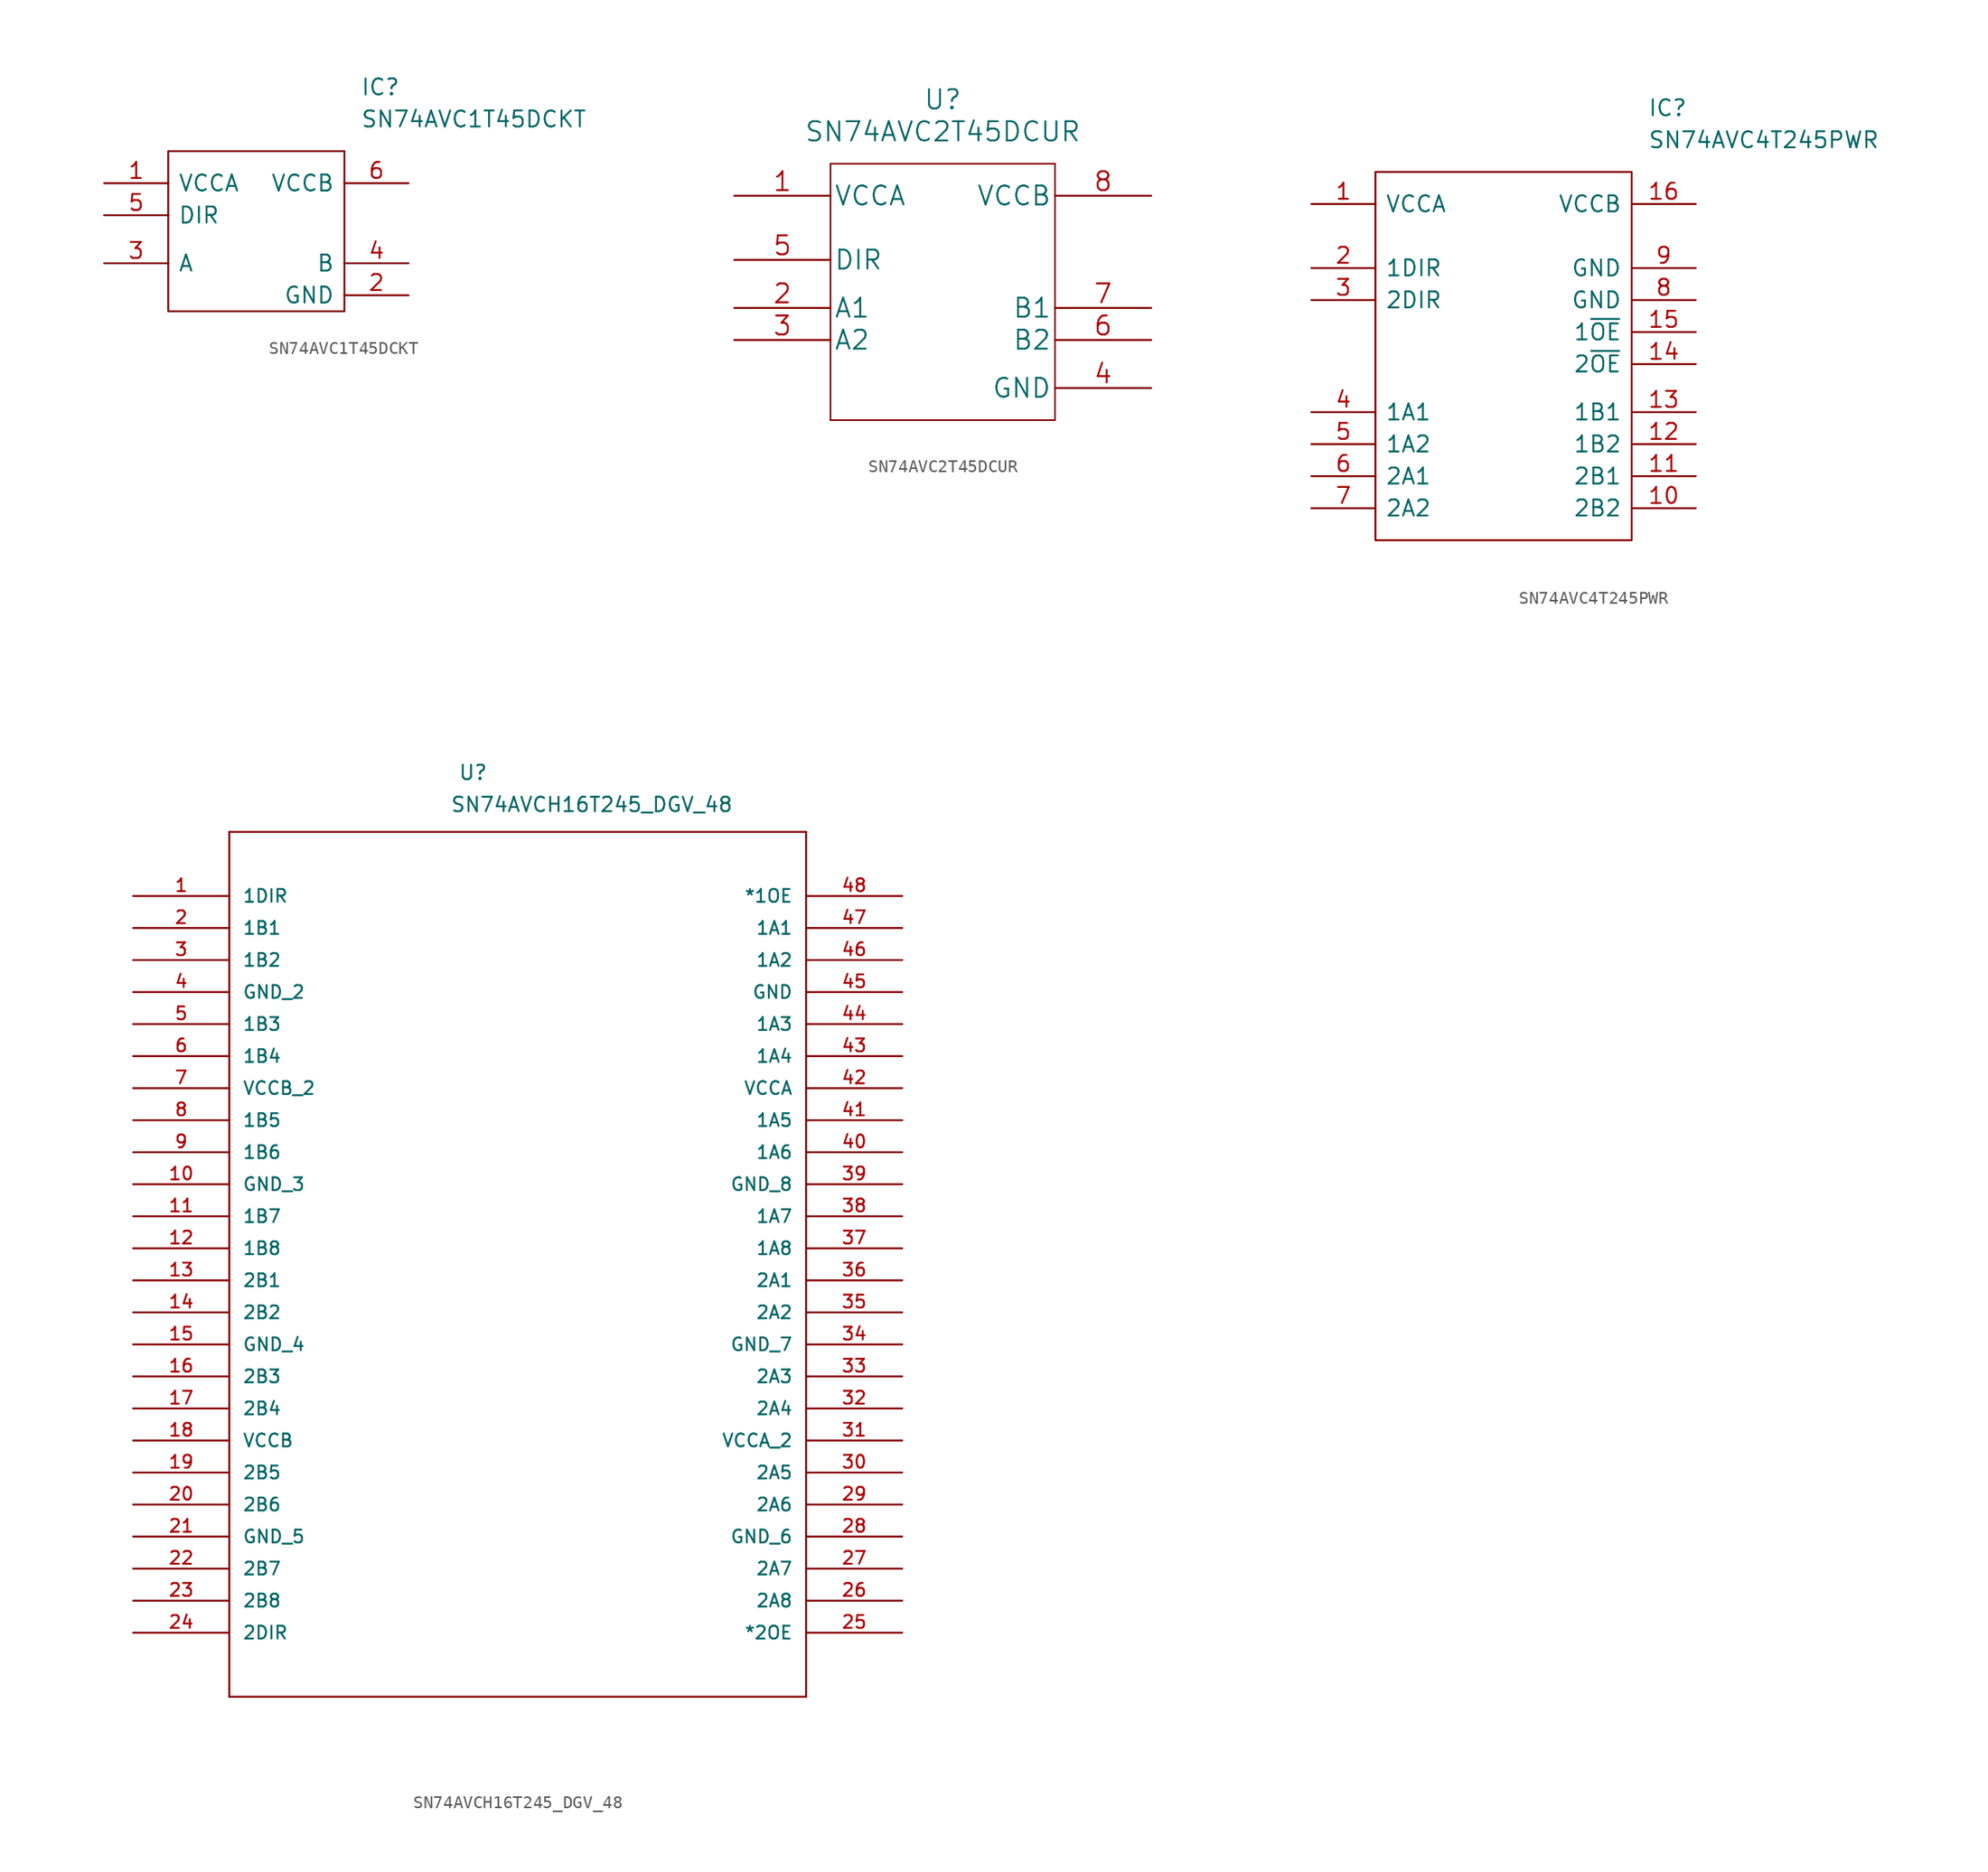
<source format=kicad_sym>
(kicad_symbol_lib
  (version 20211014)
  (generator kicad_symbol_editor)
  (symbol "SN74AVC1T45DCKT"
    (pin_names
      (offset 0.762))
    (property "Reference" "IC"
      (at 24.13 7.62 0)
      (effects (font (size 1.27 1.27)) (justify left)))
    (property "Value" "SN74AVC1T45DCKT"
      (at 24.13 5.08 0)
      (effects (font (size 1.27 1.27)) (justify left)))
    (symbol "SN74AVC1T45DCKT_0_0"
      (pin passive line (at 3.81 0 0) (length 5.08) (name "VCCA" (effects (font (size 1.27 1.27)))) (number "1" (effects (font (size 1.27 1.27)))))
      (pin passive line (at 27.94 -8.89 180) (length 5.08) (name "GND" (effects (font (size 1.27 1.27)))) (number "2" (effects (font (size 1.27 1.27)))))
      (pin passive line (at 3.81 -6.35 0) (length 5.08) (name "A" (effects (font (size 1.27 1.27)))) (number "3" (effects (font (size 1.27 1.27)))))
      (pin passive line (at 27.94 -6.35 180) (length 5.08) (name "B" (effects (font (size 1.27 1.27)))) (number "4" (effects (font (size 1.27 1.27)))))
      (pin passive line (at 3.81 -2.54 0) (length 5.08) (name "DIR" (effects (font (size 1.27 1.27)))) (number "5" (effects (font (size 1.27 1.27)))))
      (pin passive line (at 27.94 0 180) (length 5.08) (name "VCCB" (effects (font (size 1.27 1.27)))) (number "6" (effects (font (size 1.27 1.27))))))
    (symbol "SN74AVC1T45DCKT_0_1"
      (polyline (pts (xy 8.89 2.54) (xy 22.86 2.54) (xy 22.86 -10.16) (xy 15.24 -10.16) (xy 8.89 -10.16) (xy 8.89 2.54)) (stroke (width 0.152) (type default) (color 0 0 0 0)) (fill (type none)))))
  (symbol "SN74AVC2T45DCUR"
    (pin_names
      (offset 0.254))
    (property "Reference" "U"
      (at 16.51 10.16 0)
      (effects (font (size 1.524 1.524))))
    (property "Value" "SN74AVC2T45DCUR"
      (at 16.51 7.62 0)
      (effects (font (size 1.524 1.524))))
    (property "Datasheet" ""
      (at 0 0 0)
      (effects (font (size 1.524 1.524))))
    (property "ki_locked" ""
      (at 0 0 0)
      (effects (font (size 1.27 1.27))))
    (symbol "SN74AVC2T45DCUR_1_1"
      (polyline (pts (xy 7.62 -15.24) (xy 25.4 -15.24)) (stroke (width 0.127) (type default) (color 0 0 0 0)) (fill (type none)))
      (polyline (pts (xy 7.62 5.08) (xy 7.62 -15.24)) (stroke (width 0.127) (type default) (color 0 0 0 0)) (fill (type none)))
      (polyline (pts (xy 25.4 -15.24) (xy 25.4 5.08)) (stroke (width 0.127) (type default) (color 0 0 0 0)) (fill (type none)))
      (polyline (pts (xy 25.4 5.08) (xy 7.62 5.08)) (stroke (width 0.127) (type default) (color 0 0 0 0)) (fill (type none)))
      (pin power_in line (at 0 2.54 0) (length 7.62) (name "VCCA" (effects (font (size 1.499 1.499)))) (number "1" (effects (font (size 1.499 1.499)))))
      (pin bidirectional line (at 0 -6.35 0) (length 7.62) (name "A1" (effects (font (size 1.499 1.499)))) (number "2" (effects (font (size 1.499 1.499)))))
      (pin bidirectional line (at 0 -8.89 0) (length 7.62) (name "A2" (effects (font (size 1.499 1.499)))) (number "3" (effects (font (size 1.499 1.499)))))
      (pin passive line (at 33.02 -12.7 180) (length 7.62) (name "GND" (effects (font (size 1.499 1.499)))) (number "4" (effects (font (size 1.499 1.499)))))
      (pin input line (at 0 -2.54 0) (length 7.62) (name "DIR" (effects (font (size 1.499 1.499)))) (number "5" (effects (font (size 1.499 1.499)))))
      (pin bidirectional line (at 33.02 -8.89 180) (length 7.62) (name "B2" (effects (font (size 1.499 1.499)))) (number "6" (effects (font (size 1.499 1.499)))))
      (pin bidirectional line (at 33.02 -6.35 180) (length 7.62) (name "B1" (effects (font (size 1.499 1.499)))) (number "7" (effects (font (size 1.499 1.499)))))
      (pin power_in line (at 33.02 2.54 180) (length 7.62) (name "VCCB" (effects (font (size 1.499 1.499)))) (number "8" (effects (font (size 1.499 1.499)))))))
  (symbol "SN74AVC4T245PWR"
    (pin_names
      (offset 0.762))
    (property "Reference" "IC"
      (at 26.67 7.62 0)
      (effects (font (size 1.27 1.27)) (justify left)))
    (property "Value" "SN74AVC4T245PWR"
      (at 26.67 5.08 0)
      (effects (font (size 1.27 1.27)) (justify left)))
    (symbol "SN74AVC4T245PWR_0_0"
      (pin passive line (at 0 0 0) (length 5.08) (name "VCCA" (effects (font (size 1.27 1.27)))) (number "1" (effects (font (size 1.27 1.27)))))
      (pin passive line (at 30.48 -24.13 180) (length 5.08) (name "2B2" (effects (font (size 1.27 1.27)))) (number "10" (effects (font (size 1.27 1.27)))))
      (pin passive line (at 30.48 -21.59 180) (length 5.08) (name "2B1" (effects (font (size 1.27 1.27)))) (number "11" (effects (font (size 1.27 1.27)))))
      (pin passive line (at 30.48 -19.05 180) (length 5.08) (name "1B2" (effects (font (size 1.27 1.27)))) (number "12" (effects (font (size 1.27 1.27)))))
      (pin passive line (at 30.48 -16.51 180) (length 5.08) (name "1B1" (effects (font (size 1.27 1.27)))) (number "13" (effects (font (size 1.27 1.27)))))
      (pin passive line (at 30.48 -12.7 180) (length 5.08) (name "2~{OE}" (effects (font (size 1.27 1.27)))) (number "14" (effects (font (size 1.27 1.27)))))
      (pin passive line (at 30.48 -10.16 180) (length 5.08) (name "1~{OE}" (effects (font (size 1.27 1.27)))) (number "15" (effects (font (size 1.27 1.27)))))
      (pin passive line (at 30.48 0 180) (length 5.08) (name "VCCB" (effects (font (size 1.27 1.27)))) (number "16" (effects (font (size 1.27 1.27)))))
      (pin passive line (at 0 -5.08 0) (length 5.08) (name "1DIR" (effects (font (size 1.27 1.27)))) (number "2" (effects (font (size 1.27 1.27)))))
      (pin passive line (at 0 -7.62 0) (length 5.08) (name "2DIR" (effects (font (size 1.27 1.27)))) (number "3" (effects (font (size 1.27 1.27)))))
      (pin passive line (at 0 -16.51 0) (length 5.08) (name "1A1" (effects (font (size 1.27 1.27)))) (number "4" (effects (font (size 1.27 1.27)))))
      (pin passive line (at 0 -19.05 0) (length 5.08) (name "1A2" (effects (font (size 1.27 1.27)))) (number "5" (effects (font (size 1.27 1.27)))))
      (pin passive line (at 0 -21.59 0) (length 5.08) (name "2A1" (effects (font (size 1.27 1.27)))) (number "6" (effects (font (size 1.27 1.27)))))
      (pin passive line (at 0 -24.13 0) (length 5.08) (name "2A2" (effects (font (size 1.27 1.27)))) (number "7" (effects (font (size 1.27 1.27)))))
      (pin passive line (at 30.48 -7.62 180) (length 5.08) (name "GND" (effects (font (size 1.27 1.27)))) (number "8" (effects (font (size 1.27 1.27)))))
      (pin passive line (at 30.48 -5.08 180) (length 5.08) (name "GND" (effects (font (size 1.27 1.27)))) (number "9" (effects (font (size 1.27 1.27))))))
    (symbol "SN74AVC4T245PWR_0_1"
      (polyline (pts (xy 5.08 2.54) (xy 25.4 2.54) (xy 25.4 -26.67) (xy 13.97 -26.67) (xy 5.08 -26.67) (xy 5.08 2.54)) (stroke (width 0.152) (type default) (color 0 0 0 0)) (fill (type none)))))
  (symbol "SN74AVCH16T245_DGV_48"
    (pin_names
      (offset 1.016))
    (property "Reference" "U"
      (at 25.756 9.119 0)
      (effects (font (size 1.143 1.143)) (justify left bottom)))
    (property "Value" "SN74AVCH16T245_DGV_48"
      (at 25.121 6.579 0)
      (effects (font (size 1.143 1.143)) (justify left bottom)))
    (property "ki_locked" ""
      (at 0 0 0)
      (effects (font (size 1.27 1.27))))
    (symbol "SN74AVCH16T245_DGV_48_1_0"
      (polyline (pts (xy 7.62 -63.5) (xy 53.34 -63.5)) (stroke (width 0) (type default) (color 0 0 0 0)) (fill (type none)))
      (polyline (pts (xy 7.62 5.08) (xy 7.62 -63.5)) (stroke (width 0) (type default) (color 0 0 0 0)) (fill (type none)))
      (polyline (pts (xy 53.34 -63.5) (xy 53.34 5.08)) (stroke (width 0) (type default) (color 0 0 0 0)) (fill (type none)))
      (polyline (pts (xy 53.34 5.08) (xy 7.62 5.08)) (stroke (width 0) (type default) (color 0 0 0 0)) (fill (type none))))
    (symbol "SN74AVCH16T245_DGV_48_1_1"
      (pin input line (at 0 0 0) (length 7.62) (name "1DIR" (effects (font (size 1.016 1.016)))) (number "1" (effects (font (size 1.016 1.016)))))
      (pin bidirectional line (at 0 -22.86 0) (length 7.62) (name "GND_3" (effects (font (size 1.016 1.016)))) (number "10" (effects (font (size 1.016 1.016)))))
      (pin bidirectional line (at 0 -25.4 0) (length 7.62) (name "1B7" (effects (font (size 1.016 1.016)))) (number "11" (effects (font (size 1.016 1.016)))))
      (pin bidirectional line (at 0 -27.94 0) (length 7.62) (name "1B8" (effects (font (size 1.016 1.016)))) (number "12" (effects (font (size 1.016 1.016)))))
      (pin bidirectional line (at 0 -30.48 0) (length 7.62) (name "2B1" (effects (font (size 1.016 1.016)))) (number "13" (effects (font (size 1.016 1.016)))))
      (pin bidirectional line (at 0 -33.02 0) (length 7.62) (name "2B2" (effects (font (size 1.016 1.016)))) (number "14" (effects (font (size 1.016 1.016)))))
      (pin bidirectional line (at 0 -35.56 0) (length 7.62) (name "GND_4" (effects (font (size 1.016 1.016)))) (number "15" (effects (font (size 1.016 1.016)))))
      (pin bidirectional line (at 0 -38.1 0) (length 7.62) (name "2B3" (effects (font (size 1.016 1.016)))) (number "16" (effects (font (size 1.016 1.016)))))
      (pin bidirectional line (at 0 -40.64 0) (length 7.62) (name "2B4" (effects (font (size 1.016 1.016)))) (number "17" (effects (font (size 1.016 1.016)))))
      (pin power_in line (at 0 -43.18 0) (length 7.62) (name "VCCB" (effects (font (size 1.016 1.016)))) (number "18" (effects (font (size 1.016 1.016)))))
      (pin bidirectional line (at 0 -45.72 0) (length 7.62) (name "2B5" (effects (font (size 1.016 1.016)))) (number "19" (effects (font (size 1.016 1.016)))))
      (pin bidirectional line (at 0 -2.54 0) (length 7.62) (name "1B1" (effects (font (size 1.016 1.016)))) (number "2" (effects (font (size 1.016 1.016)))))
      (pin bidirectional line (at 0 -48.26 0) (length 7.62) (name "2B6" (effects (font (size 1.016 1.016)))) (number "20" (effects (font (size 1.016 1.016)))))
      (pin bidirectional line (at 0 -50.8 0) (length 7.62) (name "GND_5" (effects (font (size 1.016 1.016)))) (number "21" (effects (font (size 1.016 1.016)))))
      (pin bidirectional line (at 0 -53.34 0) (length 7.62) (name "2B7" (effects (font (size 1.016 1.016)))) (number "22" (effects (font (size 1.016 1.016)))))
      (pin bidirectional line (at 0 -55.88 0) (length 7.62) (name "2B8" (effects (font (size 1.016 1.016)))) (number "23" (effects (font (size 1.016 1.016)))))
      (pin input line (at 0 -58.42 0) (length 7.62) (name "2DIR" (effects (font (size 1.016 1.016)))) (number "24" (effects (font (size 1.016 1.016)))))
      (pin input line (at 60.96 -58.42 180) (length 7.62) (name "*2OE" (effects (font (size 1.016 1.016)))) (number "25" (effects (font (size 1.016 1.016)))))
      (pin bidirectional line (at 60.96 -55.88 180) (length 7.62) (name "2A8" (effects (font (size 1.016 1.016)))) (number "26" (effects (font (size 1.016 1.016)))))
      (pin bidirectional line (at 60.96 -53.34 180) (length 7.62) (name "2A7" (effects (font (size 1.016 1.016)))) (number "27" (effects (font (size 1.016 1.016)))))
      (pin bidirectional line (at 60.96 -50.8 180) (length 7.62) (name "GND_6" (effects (font (size 1.016 1.016)))) (number "28" (effects (font (size 1.016 1.016)))))
      (pin bidirectional line (at 60.96 -48.26 180) (length 7.62) (name "2A6" (effects (font (size 1.016 1.016)))) (number "29" (effects (font (size 1.016 1.016)))))
      (pin bidirectional line (at 0 -5.08 0) (length 7.62) (name "1B2" (effects (font (size 1.016 1.016)))) (number "3" (effects (font (size 1.016 1.016)))))
      (pin bidirectional line (at 60.96 -45.72 180) (length 7.62) (name "2A5" (effects (font (size 1.016 1.016)))) (number "30" (effects (font (size 1.016 1.016)))))
      (pin power_in line (at 60.96 -43.18 180) (length 7.62) (name "VCCA_2" (effects (font (size 1.016 1.016)))) (number "31" (effects (font (size 1.016 1.016)))))
      (pin bidirectional line (at 60.96 -40.64 180) (length 7.62) (name "2A4" (effects (font (size 1.016 1.016)))) (number "32" (effects (font (size 1.016 1.016)))))
      (pin bidirectional line (at 60.96 -38.1 180) (length 7.62) (name "2A3" (effects (font (size 1.016 1.016)))) (number "33" (effects (font (size 1.016 1.016)))))
      (pin bidirectional line (at 60.96 -35.56 180) (length 7.62) (name "GND_7" (effects (font (size 1.016 1.016)))) (number "34" (effects (font (size 1.016 1.016)))))
      (pin bidirectional line (at 60.96 -33.02 180) (length 7.62) (name "2A2" (effects (font (size 1.016 1.016)))) (number "35" (effects (font (size 1.016 1.016)))))
      (pin bidirectional line (at 60.96 -30.48 180) (length 7.62) (name "2A1" (effects (font (size 1.016 1.016)))) (number "36" (effects (font (size 1.016 1.016)))))
      (pin bidirectional line (at 60.96 -27.94 180) (length 7.62) (name "1A8" (effects (font (size 1.016 1.016)))) (number "37" (effects (font (size 1.016 1.016)))))
      (pin bidirectional line (at 60.96 -25.4 180) (length 7.62) (name "1A7" (effects (font (size 1.016 1.016)))) (number "38" (effects (font (size 1.016 1.016)))))
      (pin bidirectional line (at 60.96 -22.86 180) (length 7.62) (name "GND_8" (effects (font (size 1.016 1.016)))) (number "39" (effects (font (size 1.016 1.016)))))
      (pin bidirectional line (at 0 -7.62 0) (length 7.62) (name "GND_2" (effects (font (size 1.016 1.016)))) (number "4" (effects (font (size 1.016 1.016)))))
      (pin bidirectional line (at 60.96 -20.32 180) (length 7.62) (name "1A6" (effects (font (size 1.016 1.016)))) (number "40" (effects (font (size 1.016 1.016)))))
      (pin bidirectional line (at 60.96 -17.78 180) (length 7.62) (name "1A5" (effects (font (size 1.016 1.016)))) (number "41" (effects (font (size 1.016 1.016)))))
      (pin power_in line (at 60.96 -15.24 180) (length 7.62) (name "VCCA" (effects (font (size 1.016 1.016)))) (number "42" (effects (font (size 1.016 1.016)))))
      (pin bidirectional line (at 60.96 -12.7 180) (length 7.62) (name "1A4" (effects (font (size 1.016 1.016)))) (number "43" (effects (font (size 1.016 1.016)))))
      (pin bidirectional line (at 60.96 -10.16 180) (length 7.62) (name "1A3" (effects (font (size 1.016 1.016)))) (number "44" (effects (font (size 1.016 1.016)))))
      (pin bidirectional line (at 60.96 -7.62 180) (length 7.62) (name "GND" (effects (font (size 1.016 1.016)))) (number "45" (effects (font (size 1.016 1.016)))))
      (pin bidirectional line (at 60.96 -5.08 180) (length 7.62) (name "1A2" (effects (font (size 1.016 1.016)))) (number "46" (effects (font (size 1.016 1.016)))))
      (pin bidirectional line (at 60.96 -2.54 180) (length 7.62) (name "1A1" (effects (font (size 1.016 1.016)))) (number "47" (effects (font (size 1.016 1.016)))))
      (pin input line (at 60.96 0 180) (length 7.62) (name "*1OE" (effects (font (size 1.016 1.016)))) (number "48" (effects (font (size 1.016 1.016)))))
      (pin bidirectional line (at 0 -10.16 0) (length 7.62) (name "1B3" (effects (font (size 1.016 1.016)))) (number "5" (effects (font (size 1.016 1.016)))))
      (pin bidirectional line (at 0 -12.7 0) (length 7.62) (name "1B4" (effects (font (size 1.016 1.016)))) (number "6" (effects (font (size 1.016 1.016)))))
      (pin power_in line (at 0 -15.24 0) (length 7.62) (name "VCCB_2" (effects (font (size 1.016 1.016)))) (number "7" (effects (font (size 1.016 1.016)))))
      (pin bidirectional line (at 0 -17.78 0) (length 7.62) (name "1B5" (effects (font (size 1.016 1.016)))) (number "8" (effects (font (size 1.016 1.016)))))
      (pin bidirectional line (at 0 -20.32 0) (length 7.62) (name "1B6" (effects (font (size 1.016 1.016)))) (number "9" (effects (font (size 1.016 1.016))))))))
</source>
